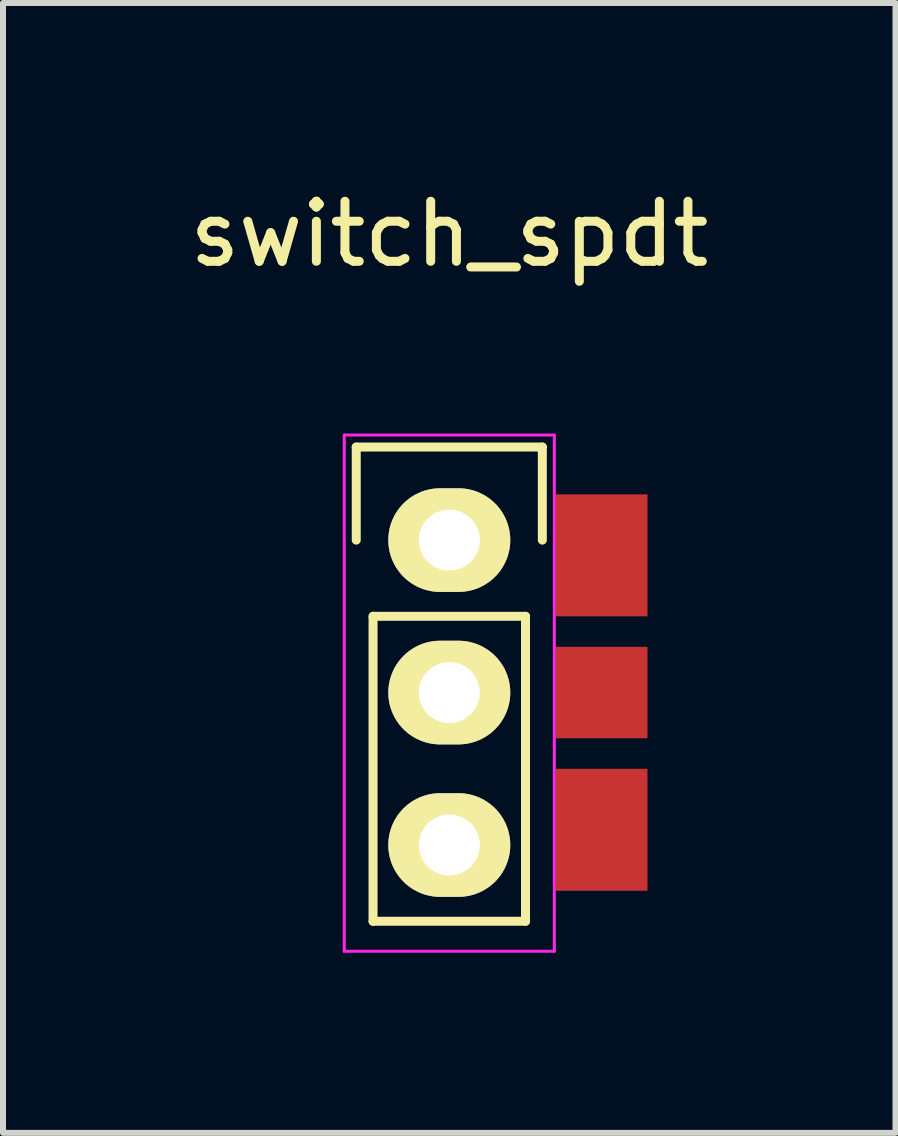
<source format=kicad_pcb>
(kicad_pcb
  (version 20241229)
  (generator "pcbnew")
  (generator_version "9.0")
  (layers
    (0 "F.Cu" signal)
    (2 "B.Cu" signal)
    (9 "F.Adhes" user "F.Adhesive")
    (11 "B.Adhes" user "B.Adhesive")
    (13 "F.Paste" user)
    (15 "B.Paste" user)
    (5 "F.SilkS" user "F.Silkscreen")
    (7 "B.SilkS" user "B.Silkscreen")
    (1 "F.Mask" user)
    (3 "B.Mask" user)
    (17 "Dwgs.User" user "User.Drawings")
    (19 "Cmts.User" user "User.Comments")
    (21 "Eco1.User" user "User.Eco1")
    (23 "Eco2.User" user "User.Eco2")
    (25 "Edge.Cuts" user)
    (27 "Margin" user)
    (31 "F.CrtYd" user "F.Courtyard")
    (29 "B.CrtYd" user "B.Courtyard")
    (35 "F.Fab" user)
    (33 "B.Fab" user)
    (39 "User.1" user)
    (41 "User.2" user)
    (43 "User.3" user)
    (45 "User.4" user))
  (footprint "switch_spdt"
    (layer "F.Cu")
    (at 4.435 8.488)
    (property "Reference" "switch_spdt" (at 0 -7.64 0) (layer "F.SilkS") (effects (font (size 1 1) (thickness 0.15))))
    (attr through_hole)
    (fp_line (start -1.55 -4.09) (end 1.55 -4.09) (stroke (width 0.15) (type solid)) (layer "F.SilkS"))
    (fp_line (start -1.55 -2.54) (end -1.55 -4.09) (stroke (width 0.15) (type solid)) (layer "F.SilkS"))
    (fp_line (start -1.27 -1.27) (end -1.27 3.81) (stroke (width 0.15) (type solid)) (layer "F.SilkS"))
    (fp_line (start -1.27 3.81) (end 1.27 3.81) (stroke (width 0.15) (type solid)) (layer "F.SilkS"))
    (fp_line (start 1.27 -1.27) (end -1.27 -1.27) (stroke (width 0.15) (type solid)) (layer "F.SilkS"))
    (fp_line (start 1.27 3.81) (end 1.27 -1.27) (stroke (width 0.15) (type solid)) (layer "F.SilkS"))
    (fp_line (start 1.55 -4.09) (end 1.55 -2.54) (stroke (width 0.15) (type solid)) (layer "F.SilkS"))
    (fp_line (start -1.75 -4.29) (end -1.75 4.31) (stroke (width 0.05) (type solid)) (layer "F.CrtYd"))
    (fp_line (start -1.75 -4.29) (end 1.75 -4.29) (stroke (width 0.05) (type solid)) (layer "F.CrtYd"))
    (fp_line (start -1.75 4.31) (end 1.75 4.31) (stroke (width 0.05) (type solid)) (layer "F.CrtYd"))
    (fp_line (start 1.75 -4.29) (end 1.75 4.31) (stroke (width 0.05) (type solid)) (layer "F.CrtYd"))
    (pad "1" thru_hole oval (at 0 -2.54) (size 2.032 1.727) (drill 1.016) (layers "*.Cu" "*.Mask" "F.SilkS"))
    (pad "1" smd rect (at 2.54 -2.54) (size 1.524 2.032) (drill (offset 0 0.254)) (layers "F.Cu" "F.Mask" "F.Paste"))
    (pad "2" thru_hole oval (at 0 0) (size 2.032 1.727) (drill 1.016) (layers "*.Cu" "*.Mask" "F.SilkS"))
    (pad "2" smd rect (at 2.54 0) (size 1.524 1.524) (layers "F.Cu" "F.Mask" "F.Paste"))
    (pad "3" thru_hole oval (at 0 2.54) (size 2.032 1.727) (drill 1.016) (layers "*.Cu" "*.Mask" "F.SilkS"))
    (pad "3" smd rect (at 2.54 2.54) (size 1.524 2.032) (drill (offset 0 -0.254)) (layers "F.Cu" "F.Mask" "F.Paste")))
  (gr_rect
    (start -3 -3)
    (end 11.869 15.823)
    (stroke (width 0.1) (type default))
    (fill no)
    (layer "Edge.Cuts")))
</source>
